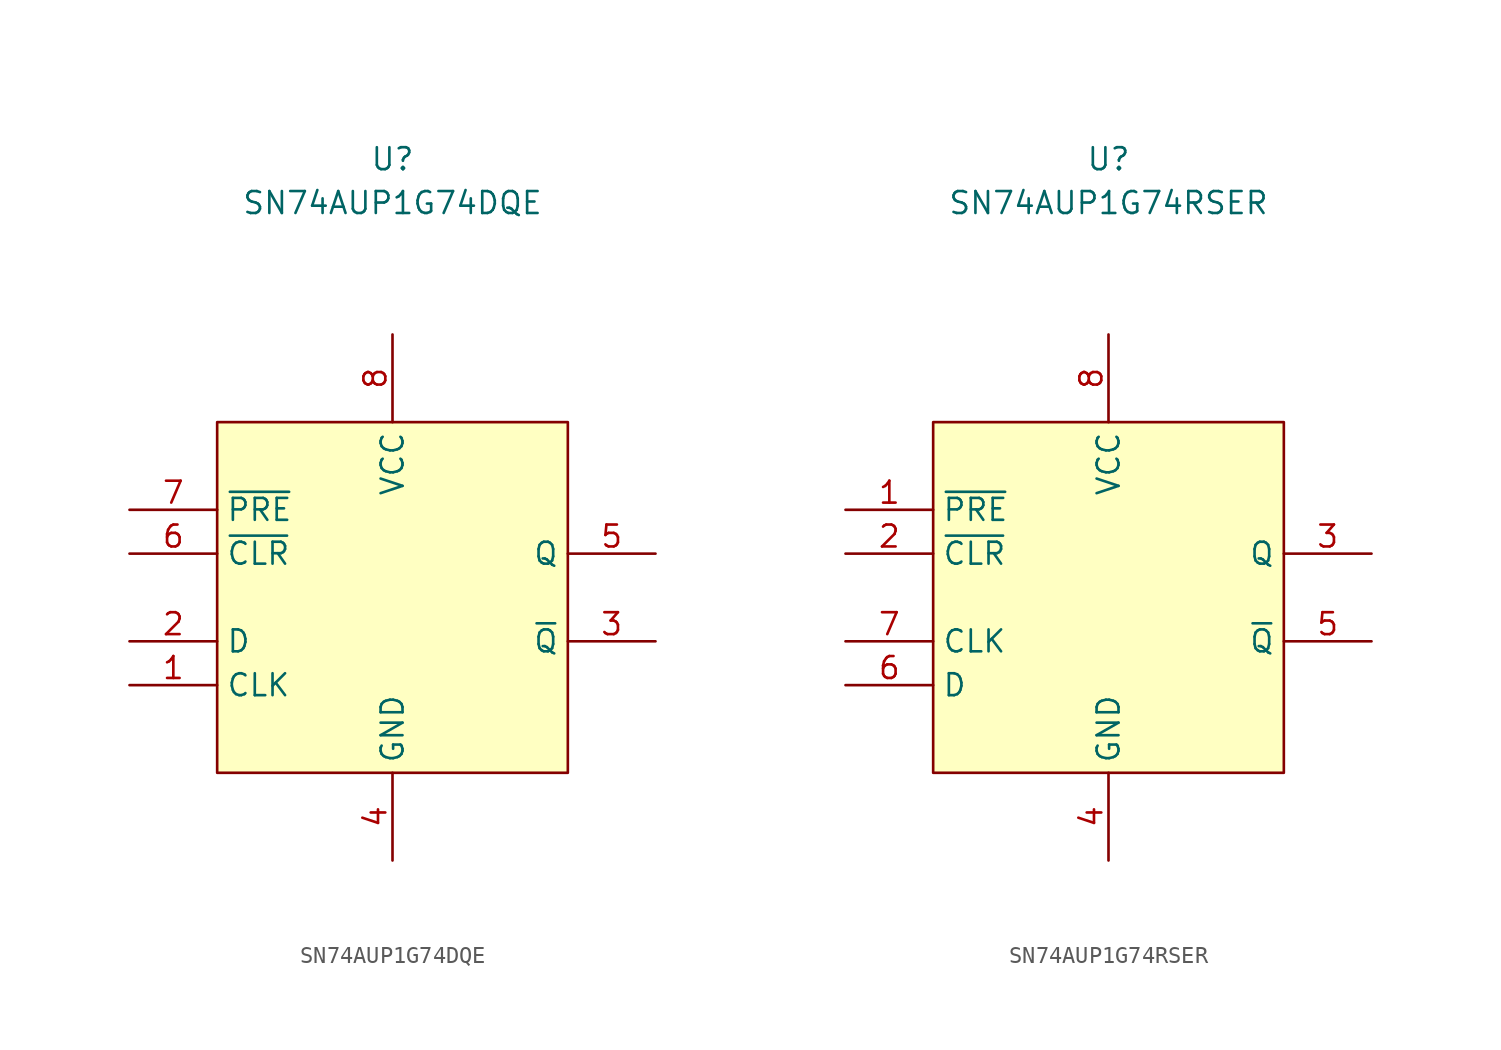
<source format=kicad_sym>
(kicad_symbol_lib
  (version 20211014)
  (generator kicad_symbol_editor)
  (symbol "SN74AUP1G74DQE"
    (property "Reference" "U"
      (at 0 25.4 0)
      (effects (font (size 1.27 1.27))))
    (property "Value" "SN74AUP1G74DQE"
      (at 0 22.86 0)
      (effects (font (size 1.27 1.27))))
    (symbol "SN74AUP1G74DQE_0_1"
      (rectangle (start -10.16 10.16) (end 10.16 -10.16) (stroke (width 0) (type default) (color 0 0 0 0)) (fill (type background))))
    (symbol "SN74AUP1G74DQE_1_1"
      (pin input line (at -15.24 -5.08 0) (length 5.08) (name "CLK" (effects (font (size 1.27 1.27)))) (number "1" (effects (font (size 1.27 1.27)))))
      (pin input line (at -15.24 -2.54 0) (length 5.08) (name "D" (effects (font (size 1.27 1.27)))) (number "2" (effects (font (size 1.27 1.27)))))
      (pin output line (at 15.24 -2.54 180) (length 5.08) (name "~{Q}" (effects (font (size 1.27 1.27)))) (number "3" (effects (font (size 1.27 1.27)))))
      (pin power_in line (at 0 -15.24 90) (length 5.08) (name "GND" (effects (font (size 1.27 1.27)))) (number "4" (effects (font (size 1.27 1.27)))))
      (pin output line (at 15.24 2.54 180) (length 5.08) (name "Q" (effects (font (size 1.27 1.27)))) (number "5" (effects (font (size 1.27 1.27)))))
      (pin input line (at -15.24 2.54 0) (length 5.08) (name "~{CLR}" (effects (font (size 1.27 1.27)))) (number "6" (effects (font (size 1.27 1.27)))))
      (pin input line (at -15.24 5.08 0) (length 5.08) (name "~{PRE}" (effects (font (size 1.27 1.27)))) (number "7" (effects (font (size 1.27 1.27)))))
      (pin power_in line (at 0 15.24 270) (length 5.08) (name "VCC" (effects (font (size 1.27 1.27)))) (number "8" (effects (font (size 1.27 1.27)))))))
  (symbol "SN74AUP1G74RSER"
    (property "Reference" "U"
      (at 0 25.4 0)
      (effects (font (size 1.27 1.27))))
    (property "Value" "SN74AUP1G74RSER"
      (at 0 22.86 0)
      (effects (font (size 1.27 1.27))))
    (symbol "SN74AUP1G74RSER_0_1"
      (rectangle (start -10.16 10.16) (end 10.16 -10.16) (stroke (width 0) (type default) (color 0 0 0 0)) (fill (type background))))
    (symbol "SN74AUP1G74RSER_1_1"
      (pin input line (at -15.24 5.08 0) (length 5.08) (name "~{PRE}" (effects (font (size 1.27 1.27)))) (number "1" (effects (font (size 1.27 1.27)))))
      (pin input line (at -15.24 2.54 0) (length 5.08) (name "~{CLR}" (effects (font (size 1.27 1.27)))) (number "2" (effects (font (size 1.27 1.27)))))
      (pin input line (at 15.24 2.54 180) (length 5.08) (name "Q" (effects (font (size 1.27 1.27)))) (number "3" (effects (font (size 1.27 1.27)))))
      (pin input line (at 0 -15.24 90) (length 5.08) (name "GND" (effects (font (size 1.27 1.27)))) (number "4" (effects (font (size 1.27 1.27)))))
      (pin input line (at 15.24 -2.54 180) (length 5.08) (name "~{Q}" (effects (font (size 1.27 1.27)))) (number "5" (effects (font (size 1.27 1.27)))))
      (pin input line (at -15.24 -5.08 0) (length 5.08) (name "D" (effects (font (size 1.27 1.27)))) (number "6" (effects (font (size 1.27 1.27)))))
      (pin input line (at -15.24 -2.54 0) (length 5.08) (name "CLK" (effects (font (size 1.27 1.27)))) (number "7" (effects (font (size 1.27 1.27)))))
      (pin input line (at 0 15.24 270) (length 5.08) (name "VCC" (effects (font (size 1.27 1.27)))) (number "8" (effects (font (size 1.27 1.27))))))))
</source>
